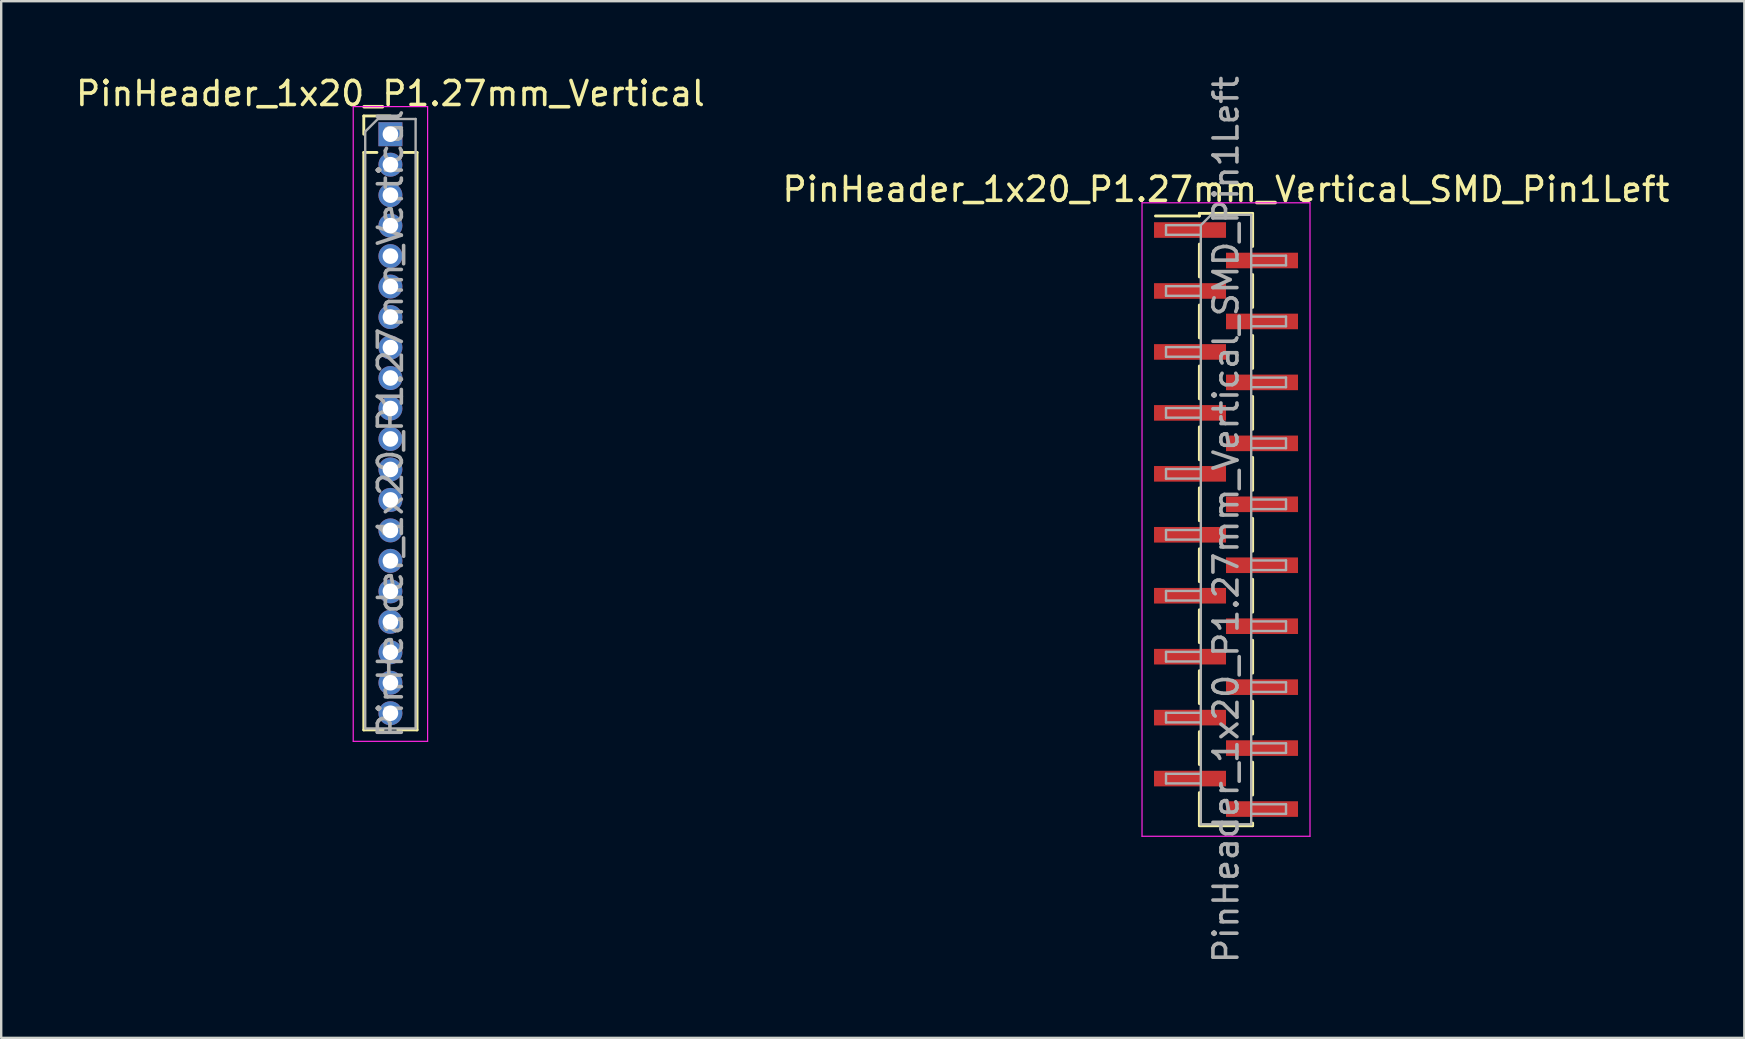
<source format=kicad_pcb>
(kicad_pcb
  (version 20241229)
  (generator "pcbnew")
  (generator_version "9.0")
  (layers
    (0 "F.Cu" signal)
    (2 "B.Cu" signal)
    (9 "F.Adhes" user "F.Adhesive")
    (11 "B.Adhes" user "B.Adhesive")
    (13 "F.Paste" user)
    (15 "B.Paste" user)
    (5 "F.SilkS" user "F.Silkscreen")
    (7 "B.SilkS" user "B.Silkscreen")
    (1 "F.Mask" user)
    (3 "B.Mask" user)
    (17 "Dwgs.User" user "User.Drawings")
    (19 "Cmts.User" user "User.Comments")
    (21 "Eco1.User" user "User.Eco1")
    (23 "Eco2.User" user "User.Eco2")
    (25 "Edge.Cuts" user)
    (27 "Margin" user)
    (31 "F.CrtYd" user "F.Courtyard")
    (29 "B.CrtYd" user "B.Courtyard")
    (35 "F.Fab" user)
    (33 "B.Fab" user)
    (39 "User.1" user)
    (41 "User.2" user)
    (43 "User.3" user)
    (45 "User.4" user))
  (footprint "PinHeader_1x20_P1.27mm_Vertical"
    (layer "F.Cu")
    (at 13.22 2.543)
    (property "Reference" "PinHeader_1x20_P1.27mm_Vertical" (at 0 -1.695 0) (layer "F.SilkS") (effects (font (size 1 1) (thickness 0.15))))
    (attr through_hole)
    (fp_line (start -1.11 -0.76) (end 0 -0.76) (stroke (width 0.12) (type solid)) (layer "F.SilkS"))
    (fp_line (start -1.11 0) (end -1.11 -0.76) (stroke (width 0.12) (type solid)) (layer "F.SilkS"))
    (fp_line (start -1.11 0.76) (end -1.11 24.825) (stroke (width 0.12) (type solid)) (layer "F.SilkS"))
    (fp_line (start -1.11 0.76) (end -0.563 0.76) (stroke (width 0.12) (type solid)) (layer "F.SilkS"))
    (fp_line (start -1.11 24.825) (end -0.308 24.825) (stroke (width 0.12) (type solid)) (layer "F.SilkS"))
    (fp_line (start 0.308 24.825) (end 1.11 24.825) (stroke (width 0.12) (type solid)) (layer "F.SilkS"))
    (fp_line (start 0.563 0.76) (end 1.11 0.76) (stroke (width 0.12) (type solid)) (layer "F.SilkS"))
    (fp_line (start 1.11 0.76) (end 1.11 24.825) (stroke (width 0.12) (type solid)) (layer "F.SilkS"))
    (fp_line (start -1.55 -1.15) (end -1.55 25.3) (stroke (width 0.05) (type solid)) (layer "F.CrtYd"))
    (fp_line (start -1.55 25.3) (end 1.55 25.3) (stroke (width 0.05) (type solid)) (layer "F.CrtYd"))
    (fp_line (start 1.55 -1.15) (end -1.55 -1.15) (stroke (width 0.05) (type solid)) (layer "F.CrtYd"))
    (fp_line (start 1.55 25.3) (end 1.55 -1.15) (stroke (width 0.05) (type solid)) (layer "F.CrtYd"))
    (fp_line (start -1.05 -0.11) (end -0.525 -0.635) (stroke (width 0.1) (type solid)) (layer "F.Fab"))
    (fp_line (start -1.05 24.765) (end -1.05 -0.11) (stroke (width 0.1) (type solid)) (layer "F.Fab"))
    (fp_line (start -0.525 -0.635) (end 1.05 -0.635) (stroke (width 0.1) (type solid)) (layer "F.Fab"))
    (fp_line (start 1.05 -0.635) (end 1.05 24.765) (stroke (width 0.1) (type solid)) (layer "F.Fab"))
    (fp_line (start 1.05 24.765) (end -1.05 24.765) (stroke (width 0.1) (type solid)) (layer "F.Fab"))
    (fp_text user "${REFERENCE}" (at 0 12.065 90) (layer "F.Fab") (effects (font (size 1 1) (thickness 0.15))))
    (pad "1" thru_hole rect (at 0 0) (size 1 1) (drill 0.65) (layers "*.Cu" "*.Mask"))
    (pad "2" thru_hole oval (at 0 1.27) (size 1 1) (drill 0.65) (layers "*.Cu" "*.Mask"))
    (pad "3" thru_hole oval (at 0 2.54) (size 1 1) (drill 0.65) (layers "*.Cu" "*.Mask"))
    (pad "4" thru_hole oval (at 0 3.81) (size 1 1) (drill 0.65) (layers "*.Cu" "*.Mask"))
    (pad "5" thru_hole oval (at 0 5.08) (size 1 1) (drill 0.65) (layers "*.Cu" "*.Mask"))
    (pad "6" thru_hole oval (at 0 6.35) (size 1 1) (drill 0.65) (layers "*.Cu" "*.Mask"))
    (pad "7" thru_hole oval (at 0 7.62) (size 1 1) (drill 0.65) (layers "*.Cu" "*.Mask"))
    (pad "8" thru_hole oval (at 0 8.89) (size 1 1) (drill 0.65) (layers "*.Cu" "*.Mask"))
    (pad "9" thru_hole oval (at 0 10.16) (size 1 1) (drill 0.65) (layers "*.Cu" "*.Mask"))
    (pad "10" thru_hole oval (at 0 11.43) (size 1 1) (drill 0.65) (layers "*.Cu" "*.Mask"))
    (pad "11" thru_hole oval (at 0 12.7) (size 1 1) (drill 0.65) (layers "*.Cu" "*.Mask"))
    (pad "12" thru_hole oval (at 0 13.97) (size 1 1) (drill 0.65) (layers "*.Cu" "*.Mask"))
    (pad "13" thru_hole oval (at 0 15.24) (size 1 1) (drill 0.65) (layers "*.Cu" "*.Mask"))
    (pad "14" thru_hole oval (at 0 16.51) (size 1 1) (drill 0.65) (layers "*.Cu" "*.Mask"))
    (pad "15" thru_hole oval (at 0 17.78) (size 1 1) (drill 0.65) (layers "*.Cu" "*.Mask"))
    (pad "16" thru_hole oval (at 0 19.05) (size 1 1) (drill 0.65) (layers "*.Cu" "*.Mask"))
    (pad "17" thru_hole oval (at 0 20.32) (size 1 1) (drill 0.65) (layers "*.Cu" "*.Mask"))
    (pad "18" thru_hole oval (at 0 21.59) (size 1 1) (drill 0.65) (layers "*.Cu" "*.Mask"))
    (pad "19" thru_hole oval (at 0 22.86) (size 1 1) (drill 0.65) (layers "*.Cu" "*.Mask"))
    (pad "20" thru_hole oval (at 0 24.13) (size 1 1) (drill 0.65) (layers "*.Cu" "*.Mask")))
  (footprint "PinHeader_1x20_P1.27mm_Vertical_SMD_Pin1Left"
    (layer "F.Cu")
    (at 48.042 18.601)
    (property "Reference" "PinHeader_1x20_P1.27mm_Vertical_SMD_Pin1Left" (at 0 -13.76 0) (layer "F.SilkS") (effects (font (size 1 1) (thickness 0.15))))
    (attr smd)
    (fp_line (start -1.11 -12.76) (end -1.11 -12.65) (stroke (width 0.12) (type solid)) (layer "F.SilkS"))
    (fp_line (start -1.11 -12.76) (end 1.11 -12.76) (stroke (width 0.12) (type solid)) (layer "F.SilkS"))
    (fp_line (start -1.11 -12.65) (end -2.94 -12.65) (stroke (width 0.12) (type solid)) (layer "F.SilkS"))
    (fp_line (start -1.11 -11.48) (end -1.11 -10.11) (stroke (width 0.12) (type solid)) (layer "F.SilkS"))
    (fp_line (start -1.11 -8.94) (end -1.11 -7.57) (stroke (width 0.12) (type solid)) (layer "F.SilkS"))
    (fp_line (start -1.11 -6.4) (end -1.11 -5.03) (stroke (width 0.12) (type solid)) (layer "F.SilkS"))
    (fp_line (start -1.11 -3.86) (end -1.11 -2.49) (stroke (width 0.12) (type solid)) (layer "F.SilkS"))
    (fp_line (start -1.11 -1.32) (end -1.11 0.05) (stroke (width 0.12) (type solid)) (layer "F.SilkS"))
    (fp_line (start -1.11 1.22) (end -1.11 2.59) (stroke (width 0.12) (type solid)) (layer "F.SilkS"))
    (fp_line (start -1.11 3.76) (end -1.11 5.13) (stroke (width 0.12) (type solid)) (layer "F.SilkS"))
    (fp_line (start -1.11 6.3) (end -1.11 7.67) (stroke (width 0.12) (type solid)) (layer "F.SilkS"))
    (fp_line (start -1.11 8.84) (end -1.11 10.21) (stroke (width 0.12) (type solid)) (layer "F.SilkS"))
    (fp_line (start -1.11 11.38) (end -1.11 12.75) (stroke (width 0.12) (type solid)) (layer "F.SilkS"))
    (fp_line (start -1.11 12.76) (end 1.11 12.76) (stroke (width 0.12) (type solid)) (layer "F.SilkS"))
    (fp_line (start 1.11 -12.75) (end 1.11 -11.38) (stroke (width 0.12) (type solid)) (layer "F.SilkS"))
    (fp_line (start 1.11 -10.21) (end 1.11 -8.84) (stroke (width 0.12) (type solid)) (layer "F.SilkS"))
    (fp_line (start 1.11 -7.67) (end 1.11 -6.3) (stroke (width 0.12) (type solid)) (layer "F.SilkS"))
    (fp_line (start 1.11 -5.13) (end 1.11 -3.76) (stroke (width 0.12) (type solid)) (layer "F.SilkS"))
    (fp_line (start 1.11 -2.59) (end 1.11 -1.22) (stroke (width 0.12) (type solid)) (layer "F.SilkS"))
    (fp_line (start 1.11 -0.05) (end 1.11 1.32) (stroke (width 0.12) (type solid)) (layer "F.SilkS"))
    (fp_line (start 1.11 2.49) (end 1.11 3.86) (stroke (width 0.12) (type solid)) (layer "F.SilkS"))
    (fp_line (start 1.11 5.03) (end 1.11 6.4) (stroke (width 0.12) (type solid)) (layer "F.SilkS"))
    (fp_line (start 1.11 7.57) (end 1.11 8.94) (stroke (width 0.12) (type solid)) (layer "F.SilkS"))
    (fp_line (start 1.11 10.11) (end 1.11 11.48) (stroke (width 0.12) (type solid)) (layer "F.SilkS"))
    (fp_line (start 1.11 12.65) (end 1.11 12.76) (stroke (width 0.12) (type solid)) (layer "F.SilkS"))
    (fp_line (start -3.5 -13.2) (end -3.5 13.2) (stroke (width 0.05) (type solid)) (layer "F.CrtYd"))
    (fp_line (start -3.5 13.2) (end 3.5 13.2) (stroke (width 0.05) (type solid)) (layer "F.CrtYd"))
    (fp_line (start 3.5 -13.2) (end -3.5 -13.2) (stroke (width 0.05) (type solid)) (layer "F.CrtYd"))
    (fp_line (start 3.5 13.2) (end 3.5 -13.2) (stroke (width 0.05) (type solid)) (layer "F.CrtYd"))
    (fp_line (start -2.5 -12.265) (end -2.5 -11.865) (stroke (width 0.1) (type solid)) (layer "F.Fab"))
    (fp_line (start -2.5 -11.865) (end -1.05 -11.865) (stroke (width 0.1) (type solid)) (layer "F.Fab"))
    (fp_line (start -2.5 -9.725) (end -2.5 -9.325) (stroke (width 0.1) (type solid)) (layer "F.Fab"))
    (fp_line (start -2.5 -9.325) (end -1.05 -9.325) (stroke (width 0.1) (type solid)) (layer "F.Fab"))
    (fp_line (start -2.5 -7.185) (end -2.5 -6.785) (stroke (width 0.1) (type solid)) (layer "F.Fab"))
    (fp_line (start -2.5 -6.785) (end -1.05 -6.785) (stroke (width 0.1) (type solid)) (layer "F.Fab"))
    (fp_line (start -2.5 -4.645) (end -2.5 -4.245) (stroke (width 0.1) (type solid)) (layer "F.Fab"))
    (fp_line (start -2.5 -4.245) (end -1.05 -4.245) (stroke (width 0.1) (type solid)) (layer "F.Fab"))
    (fp_line (start -2.5 -2.105) (end -2.5 -1.705) (stroke (width 0.1) (type solid)) (layer "F.Fab"))
    (fp_line (start -2.5 -1.705) (end -1.05 -1.705) (stroke (width 0.1) (type solid)) (layer "F.Fab"))
    (fp_line (start -2.5 0.435) (end -2.5 0.835) (stroke (width 0.1) (type solid)) (layer "F.Fab"))
    (fp_line (start -2.5 0.835) (end -1.05 0.835) (stroke (width 0.1) (type solid)) (layer "F.Fab"))
    (fp_line (start -2.5 2.975) (end -2.5 3.375) (stroke (width 0.1) (type solid)) (layer "F.Fab"))
    (fp_line (start -2.5 3.375) (end -1.05 3.375) (stroke (width 0.1) (type solid)) (layer "F.Fab"))
    (fp_line (start -2.5 5.515) (end -2.5 5.915) (stroke (width 0.1) (type solid)) (layer "F.Fab"))
    (fp_line (start -2.5 5.915) (end -1.05 5.915) (stroke (width 0.1) (type solid)) (layer "F.Fab"))
    (fp_line (start -2.5 8.055) (end -2.5 8.455) (stroke (width 0.1) (type solid)) (layer "F.Fab"))
    (fp_line (start -2.5 8.455) (end -1.05 8.455) (stroke (width 0.1) (type solid)) (layer "F.Fab"))
    (fp_line (start -2.5 10.595) (end -2.5 10.995) (stroke (width 0.1) (type solid)) (layer "F.Fab"))
    (fp_line (start -2.5 10.995) (end -1.05 10.995) (stroke (width 0.1) (type solid)) (layer "F.Fab"))
    (fp_line (start -1.05 -12.265) (end -2.5 -12.265) (stroke (width 0.1) (type solid)) (layer "F.Fab"))
    (fp_line (start -1.05 -12.265) (end -0.615 -12.7) (stroke (width 0.1) (type solid)) (layer "F.Fab"))
    (fp_line (start -1.05 -9.725) (end -2.5 -9.725) (stroke (width 0.1) (type solid)) (layer "F.Fab"))
    (fp_line (start -1.05 -7.185) (end -2.5 -7.185) (stroke (width 0.1) (type solid)) (layer "F.Fab"))
    (fp_line (start -1.05 -4.645) (end -2.5 -4.645) (stroke (width 0.1) (type solid)) (layer "F.Fab"))
    (fp_line (start -1.05 -2.105) (end -2.5 -2.105) (stroke (width 0.1) (type solid)) (layer "F.Fab"))
    (fp_line (start -1.05 0.435) (end -2.5 0.435) (stroke (width 0.1) (type solid)) (layer "F.Fab"))
    (fp_line (start -1.05 2.975) (end -2.5 2.975) (stroke (width 0.1) (type solid)) (layer "F.Fab"))
    (fp_line (start -1.05 5.515) (end -2.5 5.515) (stroke (width 0.1) (type solid)) (layer "F.Fab"))
    (fp_line (start -1.05 8.055) (end -2.5 8.055) (stroke (width 0.1) (type solid)) (layer "F.Fab"))
    (fp_line (start -1.05 10.595) (end -2.5 10.595) (stroke (width 0.1) (type solid)) (layer "F.Fab"))
    (fp_line (start -1.05 12.7) (end -1.05 -12.265) (stroke (width 0.1) (type solid)) (layer "F.Fab"))
    (fp_line (start -0.615 -12.7) (end 1.05 -12.7) (stroke (width 0.1) (type solid)) (layer "F.Fab"))
    (fp_line (start 1.05 -12.7) (end 1.05 12.7) (stroke (width 0.1) (type solid)) (layer "F.Fab"))
    (fp_line (start 1.05 -10.995) (end 2.5 -10.995) (stroke (width 0.1) (type solid)) (layer "F.Fab"))
    (fp_line (start 1.05 -8.455) (end 2.5 -8.455) (stroke (width 0.1) (type solid)) (layer "F.Fab"))
    (fp_line (start 1.05 -5.915) (end 2.5 -5.915) (stroke (width 0.1) (type solid)) (layer "F.Fab"))
    (fp_line (start 1.05 -3.375) (end 2.5 -3.375) (stroke (width 0.1) (type solid)) (layer "F.Fab"))
    (fp_line (start 1.05 -0.835) (end 2.5 -0.835) (stroke (width 0.1) (type solid)) (layer "F.Fab"))
    (fp_line (start 1.05 1.705) (end 2.5 1.705) (stroke (width 0.1) (type solid)) (layer "F.Fab"))
    (fp_line (start 1.05 4.245) (end 2.5 4.245) (stroke (width 0.1) (type solid)) (layer "F.Fab"))
    (fp_line (start 1.05 6.785) (end 2.5 6.785) (stroke (width 0.1) (type solid)) (layer "F.Fab"))
    (fp_line (start 1.05 9.325) (end 2.5 9.325) (stroke (width 0.1) (type solid)) (layer "F.Fab"))
    (fp_line (start 1.05 11.865) (end 2.5 11.865) (stroke (width 0.1) (type solid)) (layer "F.Fab"))
    (fp_line (start 1.05 12.7) (end -1.05 12.7) (stroke (width 0.1) (type solid)) (layer "F.Fab"))
    (fp_line (start 2.5 -10.995) (end 2.5 -10.595) (stroke (width 0.1) (type solid)) (layer "F.Fab"))
    (fp_line (start 2.5 -10.595) (end 1.05 -10.595) (stroke (width 0.1) (type solid)) (layer "F.Fab"))
    (fp_line (start 2.5 -8.455) (end 2.5 -8.055) (stroke (width 0.1) (type solid)) (layer "F.Fab"))
    (fp_line (start 2.5 -8.055) (end 1.05 -8.055) (stroke (width 0.1) (type solid)) (layer "F.Fab"))
    (fp_line (start 2.5 -5.915) (end 2.5 -5.515) (stroke (width 0.1) (type solid)) (layer "F.Fab"))
    (fp_line (start 2.5 -5.515) (end 1.05 -5.515) (stroke (width 0.1) (type solid)) (layer "F.Fab"))
    (fp_line (start 2.5 -3.375) (end 2.5 -2.975) (stroke (width 0.1) (type solid)) (layer "F.Fab"))
    (fp_line (start 2.5 -2.975) (end 1.05 -2.975) (stroke (width 0.1) (type solid)) (layer "F.Fab"))
    (fp_line (start 2.5 -0.835) (end 2.5 -0.435) (stroke (width 0.1) (type solid)) (layer "F.Fab"))
    (fp_line (start 2.5 -0.435) (end 1.05 -0.435) (stroke (width 0.1) (type solid)) (layer "F.Fab"))
    (fp_line (start 2.5 1.705) (end 2.5 2.105) (stroke (width 0.1) (type solid)) (layer "F.Fab"))
    (fp_line (start 2.5 2.105) (end 1.05 2.105) (stroke (width 0.1) (type solid)) (layer "F.Fab"))
    (fp_line (start 2.5 4.245) (end 2.5 4.645) (stroke (width 0.1) (type solid)) (layer "F.Fab"))
    (fp_line (start 2.5 4.645) (end 1.05 4.645) (stroke (width 0.1) (type solid)) (layer "F.Fab"))
    (fp_line (start 2.5 6.785) (end 2.5 7.185) (stroke (width 0.1) (type solid)) (layer "F.Fab"))
    (fp_line (start 2.5 7.185) (end 1.05 7.185) (stroke (width 0.1) (type solid)) (layer "F.Fab"))
    (fp_line (start 2.5 9.325) (end 2.5 9.725) (stroke (width 0.1) (type solid)) (layer "F.Fab"))
    (fp_line (start 2.5 9.725) (end 1.05 9.725) (stroke (width 0.1) (type solid)) (layer "F.Fab"))
    (fp_line (start 2.5 11.865) (end 2.5 12.265) (stroke (width 0.1) (type solid)) (layer "F.Fab"))
    (fp_line (start 2.5 12.265) (end 1.05 12.265) (stroke (width 0.1) (type solid)) (layer "F.Fab"))
    (fp_text user "${REFERENCE}" (at 0 0 90) (layer "F.Fab") (effects (font (size 1 1) (thickness 0.15))))
    (pad "1" smd rect (at -1.5 -12.065) (size 3 0.65) (layers "F.Cu" "F.Mask" "F.Paste"))
    (pad "2" smd rect (at 1.5 -10.795) (size 3 0.65) (layers "F.Cu" "F.Mask" "F.Paste"))
    (pad "3" smd rect (at -1.5 -9.525) (size 3 0.65) (layers "F.Cu" "F.Mask" "F.Paste"))
    (pad "4" smd rect (at 1.5 -8.255) (size 3 0.65) (layers "F.Cu" "F.Mask" "F.Paste"))
    (pad "5" smd rect (at -1.5 -6.985) (size 3 0.65) (layers "F.Cu" "F.Mask" "F.Paste"))
    (pad "6" smd rect (at 1.5 -5.715) (size 3 0.65) (layers "F.Cu" "F.Mask" "F.Paste"))
    (pad "7" smd rect (at -1.5 -4.445) (size 3 0.65) (layers "F.Cu" "F.Mask" "F.Paste"))
    (pad "8" smd rect (at 1.5 -3.175) (size 3 0.65) (layers "F.Cu" "F.Mask" "F.Paste"))
    (pad "9" smd rect (at -1.5 -1.905) (size 3 0.65) (layers "F.Cu" "F.Mask" "F.Paste"))
    (pad "10" smd rect (at 1.5 -0.635) (size 3 0.65) (layers "F.Cu" "F.Mask" "F.Paste"))
    (pad "11" smd rect (at -1.5 0.635) (size 3 0.65) (layers "F.Cu" "F.Mask" "F.Paste"))
    (pad "12" smd rect (at 1.5 1.905) (size 3 0.65) (layers "F.Cu" "F.Mask" "F.Paste"))
    (pad "13" smd rect (at -1.5 3.175) (size 3 0.65) (layers "F.Cu" "F.Mask" "F.Paste"))
    (pad "14" smd rect (at 1.5 4.445) (size 3 0.65) (layers "F.Cu" "F.Mask" "F.Paste"))
    (pad "15" smd rect (at -1.5 5.715) (size 3 0.65) (layers "F.Cu" "F.Mask" "F.Paste"))
    (pad "16" smd rect (at 1.5 6.985) (size 3 0.65) (layers "F.Cu" "F.Mask" "F.Paste"))
    (pad "17" smd rect (at -1.5 8.255) (size 3 0.65) (layers "F.Cu" "F.Mask" "F.Paste"))
    (pad "18" smd rect (at 1.5 9.525) (size 3 0.65) (layers "F.Cu" "F.Mask" "F.Paste"))
    (pad "19" smd rect (at -1.5 10.795) (size 3 0.65) (layers "F.Cu" "F.Mask" "F.Paste"))
    (pad "20" smd rect (at 1.5 12.065) (size 3 0.65) (layers "F.Cu" "F.Mask" "F.Paste")))
  (gr_rect
    (start -3 -3)
    (end 69.643 40.202)
    (stroke (width 0.1) (type default))
    (fill no)
    (layer "Edge.Cuts")))
</source>
